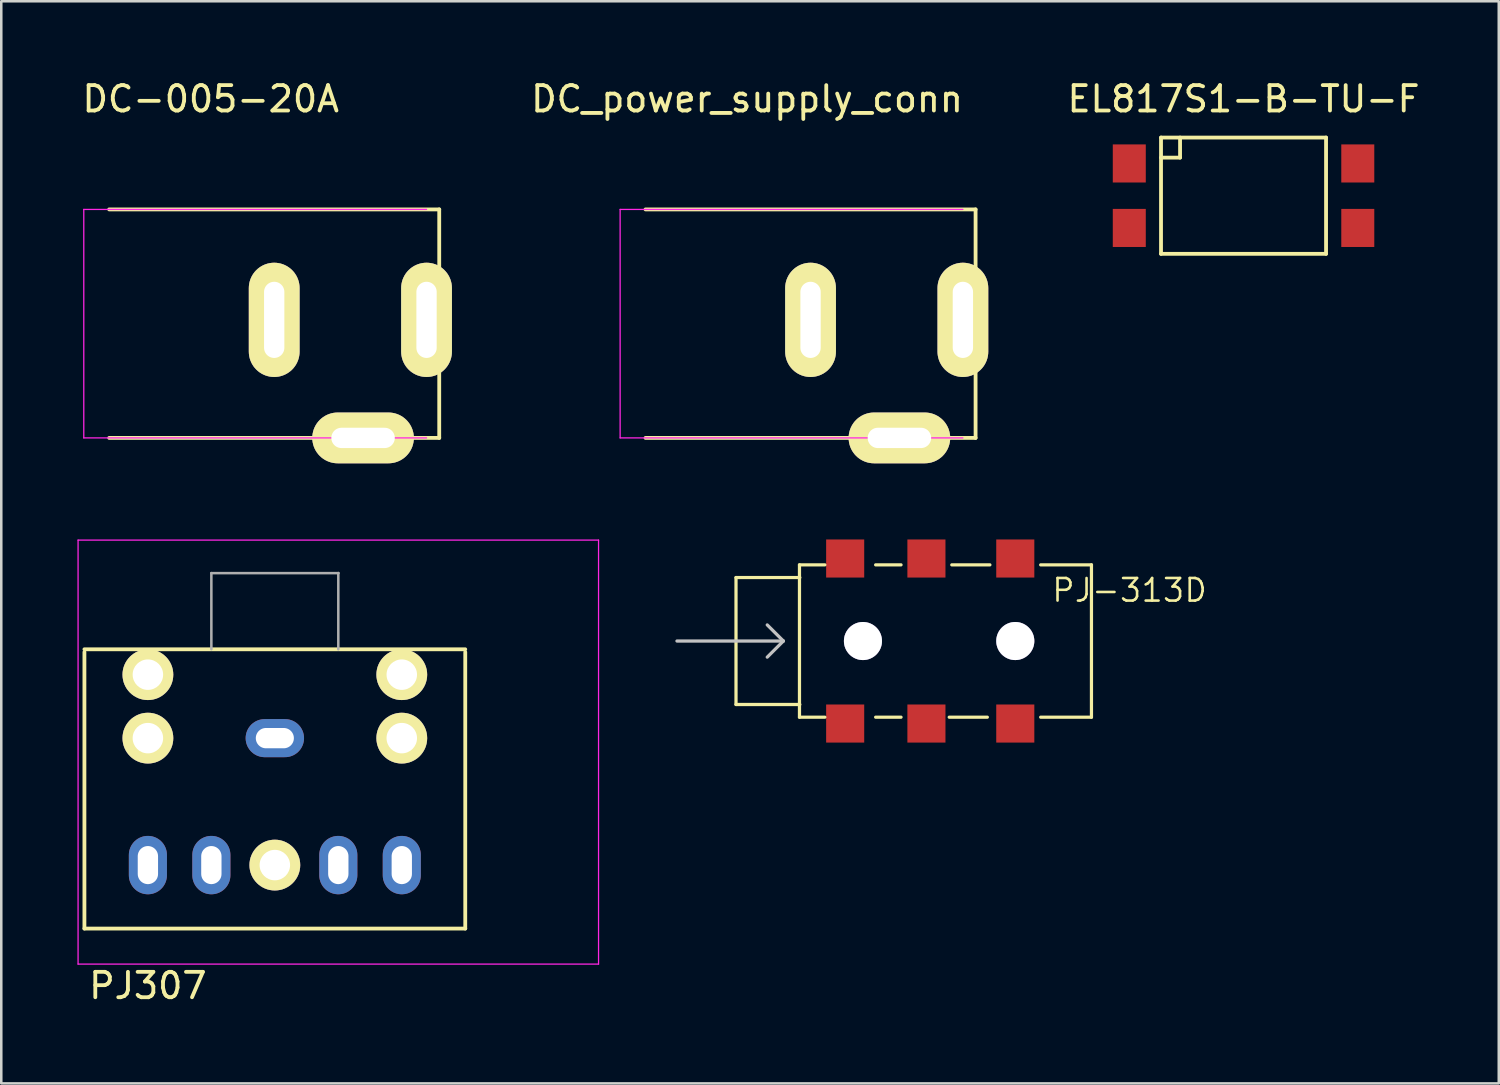
<source format=kicad_pcb>
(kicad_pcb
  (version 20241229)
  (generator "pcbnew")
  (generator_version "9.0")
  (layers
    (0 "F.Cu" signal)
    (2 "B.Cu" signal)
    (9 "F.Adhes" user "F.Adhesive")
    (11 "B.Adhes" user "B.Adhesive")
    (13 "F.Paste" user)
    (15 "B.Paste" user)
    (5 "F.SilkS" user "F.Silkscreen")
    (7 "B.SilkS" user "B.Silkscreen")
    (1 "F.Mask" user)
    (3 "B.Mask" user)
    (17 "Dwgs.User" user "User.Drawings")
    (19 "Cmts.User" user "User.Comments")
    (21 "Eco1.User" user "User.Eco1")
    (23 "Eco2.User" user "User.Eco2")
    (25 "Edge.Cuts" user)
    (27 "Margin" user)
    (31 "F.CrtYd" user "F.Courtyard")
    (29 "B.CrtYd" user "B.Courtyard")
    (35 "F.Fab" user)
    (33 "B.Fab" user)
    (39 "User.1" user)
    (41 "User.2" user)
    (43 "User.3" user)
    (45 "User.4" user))
  (footprint "DC_power_supply_conn"
    (layer "F.Cu")
    (at 21.375 14.198)
    (property "Reference" "DC_power_supply_conn" (at 5 -13.35 0) (layer "F.SilkS") (effects (font (size 1 1) (thickness 0.15))))
    (attr through_hole)
    (fp_line (start 1 -9) (end 14 -9) (stroke (width 0.15) (type solid)) (layer "F.SilkS"))
    (fp_line (start 14 -9) (end 14 0) (stroke (width 0.15) (type solid)) (layer "F.SilkS"))
    (fp_line (start 14 0) (end 1 0) (stroke (width 0.15) (type solid)) (layer "F.SilkS"))
    (fp_line (start 0 -9) (end 0 0) (stroke (width 0.05) (type solid)) (layer "F.CrtYd"))
    (fp_line (start 0 -9) (end 13.5 -9) (stroke (width 0.05) (type solid)) (layer "F.CrtYd"))
    (fp_line (start 0 0) (end 13.5 0) (stroke (width 0.05) (type solid)) (layer "F.CrtYd"))
    (pad "1" thru_hole oval (at 13.5 -4.65) (size 2 4.5) (drill oval 0.8 3) (layers "*.Cu" "*.Mask" "F.SilkS"))
    (pad "2" thru_hole oval (at 7.5 -4.65) (size 2 4.5) (drill oval 0.8 3) (layers "*.Cu" "*.Mask" "F.SilkS"))
    (pad "3" thru_hole oval (at 11 0) (size 4 2) (drill oval 2.5 0.8) (layers "*.Cu" "*.Mask" "F.SilkS")))
  (footprint "PJ307"
    (layer "F.Cu")
    (at 2.775 31.023)
    (property "Reference" "PJ307" (at 0 4.75 0) (layer "F.SilkS") (effects (font (size 1 1) (thickness 0.15))))
    (attr through_hole)
    (fp_line (start -2.5 2.5) (end -2.5 -8.389) (stroke (width 0.15) (type solid)) (layer "F.SilkS"))
    (fp_line (start 12.5 -8.5) (end -2.5 -8.5) (stroke (width 0.15) (type solid)) (layer "F.SilkS"))
    (fp_line (start 12.5 2.5) (end -2.5 2.5) (stroke (width 0.15) (type solid)) (layer "F.SilkS"))
    (fp_line (start 12.5 2.5) (end 12.5 -8.389) (stroke (width 0.15) (type solid)) (layer "F.SilkS"))
    (fp_line (start -2.75 -12.8) (end -2.75 3.9) (stroke (width 0.05) (type solid)) (layer "F.CrtYd"))
    (fp_line (start 17.75 -12.8) (end -2.75 -12.8) (stroke (width 0.05) (type solid)) (layer "F.CrtYd"))
    (fp_line (start 17.75 3.9) (end -2.75 3.9) (stroke (width 0.05) (type solid)) (layer "F.CrtYd"))
    (fp_line (start 17.75 3.9) (end 17.75 -12.8) (stroke (width 0.05) (type solid)) (layer "F.CrtYd"))
    (fp_line (start 2.5 -11.5) (end 7.5 -11.5) (stroke (width 0.1) (type solid)) (layer "F.Fab"))
    (fp_line (start 2.5 -8.5) (end 2.5 -11.5) (stroke (width 0.1) (type solid)) (layer "F.Fab"))
    (fp_line (start 7.5 -11.5) (end 7.5 -11.5) (stroke (width 0.1) (type solid)) (layer "F.Fab"))
    (fp_line (start 7.5 -8.5) (end 7.5 -11.5) (stroke (width 0.1) (type solid)) (layer "F.Fab"))
    (pad "" thru_hole circle (at 0 -7.5) (size 2 2) (drill 1.2) (layers "*.Cu" "*.Mask" "F.SilkS"))
    (pad "" thru_hole circle (at 0 -5) (size 2 2) (drill 1.2) (layers "*.Cu" "*.Mask" "F.SilkS"))
    (pad "" thru_hole circle (at 5 0) (size 2 2) (drill 1.2) (layers "*.Cu" "*.Mask" "F.SilkS"))
    (pad "" thru_hole circle (at 10 -7.5) (size 2 2) (drill 1.2) (layers "*.Cu" "*.Mask" "F.SilkS"))
    (pad "" thru_hole circle (at 10 -5) (size 2 2) (drill 1.2) (layers "*.Cu" "*.Mask" "F.SilkS"))
    (pad "1" thru_hole oval (at 0 0) (size 1.5 2.3) (drill oval 0.8 1.5) (layers "*.Cu" "*.Mask"))
    (pad "2" thru_hole oval (at 10 0) (size 1.5 2.3) (drill oval 0.8 1.5) (layers "*.Cu" "*.Mask"))
    (pad "3" thru_hole oval (at 5 -5 90) (size 1.5 2.3) (drill oval 0.8 1.5) (layers "*.Cu" "*.Mask"))
    (pad "4" thru_hole oval (at 2.5 0) (size 1.5 2.3) (drill oval 0.8 1.5) (layers "*.Cu" "*.Mask"))
    (pad "5" thru_hole oval (at 7.5 0) (size 1.5 2.3) (drill oval 0.8 1.5) (layers "*.Cu" "*.Mask")))
  (footprint "EL817S1-B-TU-F"
    (layer "F.Cu")
    (at 45.929 4.658)
    (property "Reference" "EL817S1-B-TU-F" (at 0 -3.81 0) (layer "F.SilkS") (effects (font (size 1 1) (thickness 0.15))))
    (attr through_hole)
    (fp_line (start -3.25 -2.29) (end -3.25 2.29) (stroke (width 0.15) (type solid)) (layer "F.SilkS"))
    (fp_line (start -2.5 -2.29) (end -2.5 -1.5) (stroke (width 0.15) (type solid)) (layer "F.SilkS"))
    (fp_line (start -2.5 -1.5) (end -3.25 -1.5) (stroke (width 0.15) (type solid)) (layer "F.SilkS"))
    (fp_line (start 3.25 -2.29) (end -3.25 -2.29) (stroke (width 0.15) (type solid)) (layer "F.SilkS"))
    (fp_line (start 3.25 -2.29) (end 3.25 2.29) (stroke (width 0.15) (type solid)) (layer "F.SilkS"))
    (fp_line (start 3.25 2.29) (end -3.25 2.29) (stroke (width 0.15) (type solid)) (layer "F.SilkS"))
    (pad "1" smd rect (at -4.5 -1.27) (size 1.3 1.5) (layers "F.Cu" "F.Mask" "F.Paste"))
    (pad "2" smd rect (at -4.5 1.27) (size 1.3 1.5) (layers "F.Cu" "F.Mask" "F.Paste"))
    (pad "3" smd rect (at 4.5 1.27) (size 1.3 1.5) (layers "F.Cu" "F.Mask" "F.Paste"))
    (pad "4" smd rect (at 4.5 -1.27) (size 1.3 1.5) (layers "F.Cu" "F.Mask" "F.Paste")))
  (footprint "PJ-313D"
    (layer "F.Cu")
    (at 28.439 22.198)
    (property "Reference" "PJ-313D" (at 13 -2 0) (layer "F.SilkS") (effects (font (size 0.889 0.889) (thickness 0.102))))
    (attr smd)
    (fp_line (start -2.5 -2.5) (end -2.5 2.5) (stroke (width 0.127) (type solid)) (layer "F.SilkS"))
    (fp_line (start -2.5 -2.5) (end 0.013 -2.5) (stroke (width 0.127) (type solid)) (layer "F.SilkS"))
    (fp_line (start -2.5 2.5) (end 0.013 2.5) (stroke (width 0.127) (type solid)) (layer "F.SilkS"))
    (fp_line (start 0 -3) (end 0 3) (stroke (width 0.127) (type solid)) (layer "F.SilkS"))
    (fp_line (start 0 -3) (end 1 -3) (stroke (width 0.127) (type solid)) (layer "F.SilkS"))
    (fp_line (start 0 3) (end 1 3) (stroke (width 0.127) (type solid)) (layer "F.SilkS"))
    (fp_line (start 4 -3) (end 3 -3) (stroke (width 0.127) (type solid)) (layer "F.SilkS"))
    (fp_line (start 4 3) (end 3 3) (stroke (width 0.127) (type solid)) (layer "F.SilkS"))
    (fp_line (start 5.898 3) (end 7.399 3) (stroke (width 0.127) (type solid)) (layer "F.SilkS"))
    (fp_line (start 5.999 -3) (end 7.5 -3) (stroke (width 0.127) (type solid)) (layer "F.SilkS"))
    (fp_line (start 9.5 -3) (end 11.5 -3) (stroke (width 0.127) (type solid)) (layer "F.SilkS"))
    (fp_line (start 9.5 3) (end 11.5 3) (stroke (width 0.127) (type solid)) (layer "F.SilkS"))
    (fp_line (start 11.5 -3) (end 11.5 3) (stroke (width 0.127) (type solid)) (layer "F.SilkS"))
    (fp_line (start -4.826 0) (end -0.635 0) (stroke (width 0.127) (type solid)) (layer "Dwgs.User"))
    (fp_line (start -0.635 0) (end -1.27 -0.635) (stroke (width 0.127) (type solid)) (layer "Dwgs.User"))
    (fp_line (start -0.635 0) (end -1.27 0.635) (stroke (width 0.127) (type solid)) (layer "Dwgs.User"))
    (pad "" thru_hole circle (at 2.5 0 90) (size 1.5 1.5) (drill 1.5) (layers "*.Cu" "*.Mask"))
    (pad "" thru_hole circle (at 8.5 0 90) (size 1.5 1.5) (drill 1.5) (layers "*.Cu" "*.Mask"))
    (pad "1" smd rect (at 8.5 -3.25 90) (size 1.5 1.5) (layers "F.Cu" "F.Mask" "F.Paste"))
    (pad "1" smd rect (at 8.5 3.25 90) (size 1.5 1.5) (layers "F.Cu" "F.Mask" "F.Paste"))
    (pad "2" smd rect (at 5 -3.25 90) (size 1.5 1.5) (layers "F.Cu" "F.Mask" "F.Paste"))
    (pad "2" smd rect (at 5 3.25 90) (size 1.5 1.5) (layers "F.Cu" "F.Mask" "F.Paste"))
    (pad "3" smd rect (at 1.8 -3.25 90) (size 1.5 1.5) (layers "F.Cu" "F.Mask" "F.Paste"))
    (pad "3" smd rect (at 1.8 3.25 90) (size 1.5 1.5) (layers "F.Cu" "F.Mask" "F.Paste")))
  (footprint "DC-005-20A"
    (layer "F.Cu")
    (at 0.25 14.198)
    (property "Reference" "DC-005-20A" (at 5 -13.35 0) (layer "F.SilkS") (effects (font (size 1 1) (thickness 0.15))))
    (attr through_hole)
    (fp_line (start 1 -9) (end 14 -9) (stroke (width 0.15) (type solid)) (layer "F.SilkS"))
    (fp_line (start 14 -9) (end 14 0) (stroke (width 0.15) (type solid)) (layer "F.SilkS"))
    (fp_line (start 14 0) (end 1 0) (stroke (width 0.15) (type solid)) (layer "F.SilkS"))
    (fp_line (start 0 -9) (end 0 0) (stroke (width 0.05) (type solid)) (layer "F.CrtYd"))
    (fp_line (start 0 -9) (end 13.5 -9) (stroke (width 0.05) (type solid)) (layer "F.CrtYd"))
    (fp_line (start 0 0) (end 13.5 0) (stroke (width 0.05) (type solid)) (layer "F.CrtYd"))
    (pad "1" thru_hole oval (at 13.5 -4.65) (size 2 4.5) (drill oval 0.8 3) (layers "*.Cu" "*.Mask" "F.SilkS"))
    (pad "2" thru_hole oval (at 7.5 -4.65) (size 2 4.5) (drill oval 0.8 3) (layers "*.Cu" "*.Mask" "F.SilkS"))
    (pad "3" thru_hole oval (at 11 0) (size 4 2) (drill oval 2.5 0.8) (layers "*.Cu" "*.Mask" "F.SilkS")))
  (gr_rect
    (start -3 -3)
    (end 55.982 39.621)
    (stroke (width 0.1) (type default))
    (fill no)
    (layer "Edge.Cuts")))
</source>
